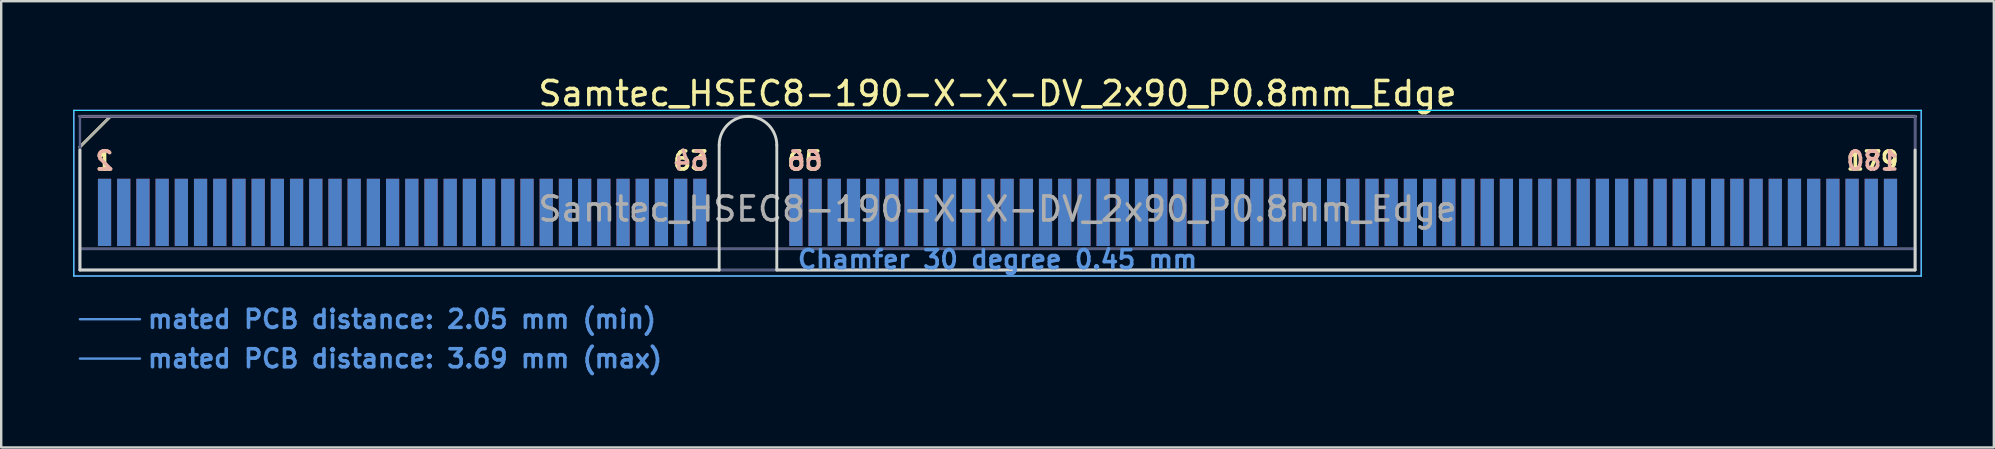
<source format=kicad_pcb>
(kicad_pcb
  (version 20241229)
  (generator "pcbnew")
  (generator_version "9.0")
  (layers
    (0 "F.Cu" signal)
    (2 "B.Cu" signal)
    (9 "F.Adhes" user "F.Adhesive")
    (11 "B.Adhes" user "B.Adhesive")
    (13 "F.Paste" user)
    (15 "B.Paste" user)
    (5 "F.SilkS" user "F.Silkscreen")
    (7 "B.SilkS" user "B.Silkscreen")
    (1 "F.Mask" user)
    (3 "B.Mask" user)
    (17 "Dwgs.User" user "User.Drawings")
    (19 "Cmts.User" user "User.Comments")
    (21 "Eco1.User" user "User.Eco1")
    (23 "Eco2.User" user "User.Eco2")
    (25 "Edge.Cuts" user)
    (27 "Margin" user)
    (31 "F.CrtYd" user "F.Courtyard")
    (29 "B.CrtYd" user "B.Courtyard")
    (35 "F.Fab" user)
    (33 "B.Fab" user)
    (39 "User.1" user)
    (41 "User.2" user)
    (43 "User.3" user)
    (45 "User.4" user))
  (footprint "Samtec_HSEC8-190-X-X-DV_2x90_P0.8mm_Edge"
    (layer "F.Cu")
    (at 38.505 8.198)
    (property "Reference" "Samtec_HSEC8-190-X-X-DV_2x90_P0.8mm_Edge" (at 0 -7.35 0) (layer "F.SilkS") (effects (font (size 1 1) (thickness 0.15))))
    (attr exclude_from_pos_files exclude_from_bom)
    (fp_line (start -38.225 -5.13) (end -36.955 -6.4) (stroke (width 0.12) (type solid)) (layer "F.SilkS"))
    (fp_line (start -36.955 -6.4) (end 38.225 -6.4) (stroke (width 0.12) (type solid)) (layer "F.SilkS"))
    (fp_line (start -38.225 -6.4) (end -38.225 -6.4) (stroke (width 0.12) (type solid)) (layer "B.SilkS"))
    (fp_line (start -38.225 -6.4) (end 38.225 -6.4) (stroke (width 0.12) (type solid)) (layer "B.SilkS"))
    (fp_line (start -38.225 2.05) (end -35.725 2.05) (stroke (width 0.1) (type solid)) (layer "Cmts.User"))
    (fp_line (start -38.225 3.69) (end -35.725 3.69) (stroke (width 0.1) (type solid)) (layer "Cmts.User"))
    (fp_line (start -38.225 -5) (end -38.225 0) (stroke (width 0.12) (type solid)) (layer "Edge.Cuts"))
    (fp_line (start -38.225 0) (end -11.595 0) (stroke (width 0.12) (type solid)) (layer "Edge.Cuts"))
    (fp_line (start -11.595 0) (end -11.595 -5.2) (stroke (width 0.12) (type solid)) (layer "Edge.Cuts"))
    (fp_line (start -9.195 -5.2) (end -9.195 0) (stroke (width 0.12) (type solid)) (layer "Edge.Cuts"))
    (fp_line (start -9.195 0) (end 38.225 0) (stroke (width 0.12) (type solid)) (layer "Edge.Cuts"))
    (fp_line (start 38.225 0) (end 38.225 -5) (stroke (width 0.12) (type solid)) (layer "Edge.Cuts"))
    (fp_arc (start -11.595 -5.2) (mid -10.395 -6.4) (end -9.195 -5.2) (stroke (width 0.12) (type solid)) (layer "Edge.Cuts"))
    (fp_line (start -38.48 -6.65) (end -38.48 0.25) (stroke (width 0.05) (type solid)) (layer "B.CrtYd"))
    (fp_line (start -38.48 0.25) (end 38.48 0.25) (stroke (width 0.05) (type solid)) (layer "B.CrtYd"))
    (fp_line (start 38.48 -6.65) (end -38.48 -6.65) (stroke (width 0.05) (type solid)) (layer "B.CrtYd"))
    (fp_line (start 38.48 0.25) (end 38.48 -6.65) (stroke (width 0.05) (type solid)) (layer "B.CrtYd"))
    (fp_line (start -38.48 -6.65) (end -38.48 0.25) (stroke (width 0.05) (type solid)) (layer "F.CrtYd"))
    (fp_line (start -38.48 0.25) (end 38.48 0.25) (stroke (width 0.05) (type solid)) (layer "F.CrtYd"))
    (fp_line (start 38.48 -6.65) (end -38.48 -6.65) (stroke (width 0.05) (type solid)) (layer "F.CrtYd"))
    (fp_line (start 38.48 0.25) (end 38.48 -6.65) (stroke (width 0.05) (type solid)) (layer "F.CrtYd"))
    (fp_line (start -38.225 -6.4) (end -38.225 -6.4) (stroke (width 0.1) (type solid)) (layer "B.Fab"))
    (fp_line (start -38.225 -6.4) (end -38.225 0) (stroke (width 0.1) (type solid)) (layer "B.Fab"))
    (fp_line (start -38.225 -6.4) (end 38.225 -6.4) (stroke (width 0.1) (type solid)) (layer "B.Fab"))
    (fp_line (start -38.225 -0.88) (end 38.225 -0.88) (stroke (width 0.1) (type solid)) (layer "B.Fab"))
    (fp_line (start -38.225 0) (end 38.225 0) (stroke (width 0.1) (type solid)) (layer "B.Fab"))
    (fp_line (start 38.225 -6.4) (end 38.225 0) (stroke (width 0.1) (type solid)) (layer "B.Fab"))
    (fp_line (start -38.225 -5.13) (end -38.225 0) (stroke (width 0.1) (type solid)) (layer "F.Fab"))
    (fp_line (start -38.225 -5.13) (end -36.955 -6.4) (stroke (width 0.1) (type solid)) (layer "F.Fab"))
    (fp_line (start -38.225 -0.88) (end 38.225 -0.88) (stroke (width 0.1) (type solid)) (layer "F.Fab"))
    (fp_line (start -38.225 0) (end 38.225 0) (stroke (width 0.1) (type solid)) (layer "F.Fab"))
    (fp_line (start -36.955 -6.4) (end 38.225 -6.4) (stroke (width 0.1) (type solid)) (layer "F.Fab"))
    (fp_line (start 38.225 -6.4) (end 38.225 0) (stroke (width 0.1) (type solid)) (layer "F.Fab"))
    (fp_text user "63" (at -12.775 -4.55 0) (layer "F.SilkS") (effects (font (size 0.75 0.75) (thickness 0.15))))
    (fp_text user "179" (at 36.45 -4.55 0) (layer "F.SilkS") (effects (font (size 0.75 0.75) (thickness 0.15))))
    (fp_text user "1" (at -37.2 -4.55 0) (layer "F.SilkS") (effects (font (size 0.75 0.75) (thickness 0.15))))
    (fp_text user "65" (at -8.025 -4.55 0) (layer "F.SilkS") (effects (font (size 0.75 0.75) (thickness 0.15))))
    (fp_text user "64" (at -12.775 -4.55 0) (layer "B.SilkS") (effects (font (size 0.75 0.75) (thickness 0.15)) (justify mirror)))
    (fp_text user "66" (at -8.025 -4.55 0) (layer "B.SilkS") (effects (font (size 0.75 0.75) (thickness 0.15)) (justify mirror)))
    (fp_text user "2" (at -37.2 -4.55 0) (layer "B.SilkS") (effects (font (size 0.75 0.75) (thickness 0.15)) (justify mirror)))
    (fp_text user "180" (at 36.45 -4.55 0) (layer "B.SilkS") (effects (font (size 0.75 0.75) (thickness 0.15)) (justify mirror)))
    (fp_text user "mated PCB distance: 2.05 mm (min)" (at -35.48 2.05 0) (layer "Cmts.User") (effects (font (size 0.75 0.75) (thickness 0.15)) (justify left)))
    (fp_text user "mated PCB distance: 3.69 mm (max)" (at -35.48 3.69 0) (layer "Cmts.User") (effects (font (size 0.75 0.75) (thickness 0.15)) (justify left)))
    (fp_text user "Chamfer 30 degree 0.45 mm" (at 0 -0.44 0) (layer "Cmts.User") (effects (font (size 0.75 0.75) (thickness 0.15))))
    (fp_text user "${REFERENCE}" (at 0 -2.54 0) (layer "F.Fab") (effects (font (size 1 1) (thickness 0.15))))
    (pad "1" connect rect (at -37.2 -2.4) (size 0.55 2.8) (layers "F.Cu" "F.Mask"))
    (pad "2" connect rect (at -37.2 -2.4) (size 0.55 2.8) (layers "B.Cu" "B.Mask"))
    (pad "3" connect rect (at -36.4 -2.4) (size 0.55 2.8) (layers "F.Cu" "F.Mask"))
    (pad "4" connect rect (at -36.4 -2.4) (size 0.55 2.8) (layers "B.Cu" "B.Mask"))
    (pad "5" connect rect (at -35.6 -2.4) (size 0.55 2.8) (layers "F.Cu" "F.Mask"))
    (pad "6" connect rect (at -35.6 -2.4) (size 0.55 2.8) (layers "B.Cu" "B.Mask"))
    (pad "7" connect rect (at -34.8 -2.4) (size 0.55 2.8) (layers "F.Cu" "F.Mask"))
    (pad "8" connect rect (at -34.8 -2.4) (size 0.55 2.8) (layers "B.Cu" "B.Mask"))
    (pad "9" connect rect (at -34 -2.4) (size 0.55 2.8) (layers "F.Cu" "F.Mask"))
    (pad "10" connect rect (at -34 -2.4) (size 0.55 2.8) (layers "B.Cu" "B.Mask"))
    (pad "11" connect rect (at -33.2 -2.4) (size 0.55 2.8) (layers "F.Cu" "F.Mask"))
    (pad "12" connect rect (at -33.2 -2.4) (size 0.55 2.8) (layers "B.Cu" "B.Mask"))
    (pad "13" connect rect (at -32.4 -2.4) (size 0.55 2.8) (layers "F.Cu" "F.Mask"))
    (pad "14" connect rect (at -32.4 -2.4) (size 0.55 2.8) (layers "B.Cu" "B.Mask"))
    (pad "15" connect rect (at -31.6 -2.4) (size 0.55 2.8) (layers "F.Cu" "F.Mask"))
    (pad "16" connect rect (at -31.6 -2.4) (size 0.55 2.8) (layers "B.Cu" "B.Mask"))
    (pad "17" connect rect (at -30.8 -2.4) (size 0.55 2.8) (layers "F.Cu" "F.Mask"))
    (pad "18" connect rect (at -30.8 -2.4) (size 0.55 2.8) (layers "B.Cu" "B.Mask"))
    (pad "19" connect rect (at -30 -2.4) (size 0.55 2.8) (layers "F.Cu" "F.Mask"))
    (pad "20" connect rect (at -30 -2.4) (size 0.55 2.8) (layers "B.Cu" "B.Mask"))
    (pad "21" connect rect (at -29.2 -2.4) (size 0.55 2.8) (layers "F.Cu" "F.Mask"))
    (pad "22" connect rect (at -29.2 -2.4) (size 0.55 2.8) (layers "B.Cu" "B.Mask"))
    (pad "23" connect rect (at -28.4 -2.4) (size 0.55 2.8) (layers "F.Cu" "F.Mask"))
    (pad "24" connect rect (at -28.4 -2.4) (size 0.55 2.8) (layers "B.Cu" "B.Mask"))
    (pad "25" connect rect (at -27.6 -2.4) (size 0.55 2.8) (layers "F.Cu" "F.Mask"))
    (pad "26" connect rect (at -27.6 -2.4) (size 0.55 2.8) (layers "B.Cu" "B.Mask"))
    (pad "27" connect rect (at -26.8 -2.4) (size 0.55 2.8) (layers "F.Cu" "F.Mask"))
    (pad "28" connect rect (at -26.8 -2.4) (size 0.55 2.8) (layers "B.Cu" "B.Mask"))
    (pad "29" connect rect (at -26 -2.4) (size 0.55 2.8) (layers "F.Cu" "F.Mask"))
    (pad "30" connect rect (at -26 -2.4) (size 0.55 2.8) (layers "B.Cu" "B.Mask"))
    (pad "31" connect rect (at -25.2 -2.4) (size 0.55 2.8) (layers "F.Cu" "F.Mask"))
    (pad "32" connect rect (at -25.2 -2.4) (size 0.55 2.8) (layers "B.Cu" "B.Mask"))
    (pad "33" connect rect (at -24.4 -2.4) (size 0.55 2.8) (layers "F.Cu" "F.Mask"))
    (pad "34" connect rect (at -24.4 -2.4) (size 0.55 2.8) (layers "B.Cu" "B.Mask"))
    (pad "35" connect rect (at -23.6 -2.4) (size 0.55 2.8) (layers "F.Cu" "F.Mask"))
    (pad "36" connect rect (at -23.6 -2.4) (size 0.55 2.8) (layers "B.Cu" "B.Mask"))
    (pad "37" connect rect (at -22.8 -2.4) (size 0.55 2.8) (layers "F.Cu" "F.Mask"))
    (pad "38" connect rect (at -22.8 -2.4) (size 0.55 2.8) (layers "B.Cu" "B.Mask"))
    (pad "39" connect rect (at -22 -2.4) (size 0.55 2.8) (layers "F.Cu" "F.Mask"))
    (pad "40" connect rect (at -22 -2.4) (size 0.55 2.8) (layers "B.Cu" "B.Mask"))
    (pad "41" connect rect (at -21.2 -2.4) (size 0.55 2.8) (layers "F.Cu" "F.Mask"))
    (pad "42" connect rect (at -21.2 -2.4) (size 0.55 2.8) (layers "B.Cu" "B.Mask"))
    (pad "43" connect rect (at -20.4 -2.4) (size 0.55 2.8) (layers "F.Cu" "F.Mask"))
    (pad "44" connect rect (at -20.4 -2.4) (size 0.55 2.8) (layers "B.Cu" "B.Mask"))
    (pad "45" connect rect (at -19.6 -2.4) (size 0.55 2.8) (layers "F.Cu" "F.Mask"))
    (pad "46" connect rect (at -19.6 -2.4) (size 0.55 2.8) (layers "B.Cu" "B.Mask"))
    (pad "47" connect rect (at -18.8 -2.4) (size 0.55 2.8) (layers "F.Cu" "F.Mask"))
    (pad "48" connect rect (at -18.8 -2.4) (size 0.55 2.8) (layers "B.Cu" "B.Mask"))
    (pad "49" connect rect (at -18 -2.4) (size 0.55 2.8) (layers "F.Cu" "F.Mask"))
    (pad "50" connect rect (at -18 -2.4) (size 0.55 2.8) (layers "B.Cu" "B.Mask"))
    (pad "51" connect rect (at -17.2 -2.4) (size 0.55 2.8) (layers "F.Cu" "F.Mask"))
    (pad "52" connect rect (at -17.2 -2.4) (size 0.55 2.8) (layers "B.Cu" "B.Mask"))
    (pad "53" connect rect (at -16.4 -2.4) (size 0.55 2.8) (layers "F.Cu" "F.Mask"))
    (pad "54" connect rect (at -16.4 -2.4) (size 0.55 2.8) (layers "B.Cu" "B.Mask"))
    (pad "55" connect rect (at -15.6 -2.4) (size 0.55 2.8) (layers "F.Cu" "F.Mask"))
    (pad "56" connect rect (at -15.6 -2.4) (size 0.55 2.8) (layers "B.Cu" "B.Mask"))
    (pad "57" connect rect (at -14.8 -2.4) (size 0.55 2.8) (layers "F.Cu" "F.Mask"))
    (pad "58" connect rect (at -14.8 -2.4) (size 0.55 2.8) (layers "B.Cu" "B.Mask"))
    (pad "59" connect rect (at -14 -2.4) (size 0.55 2.8) (layers "F.Cu" "F.Mask"))
    (pad "60" connect rect (at -14 -2.4) (size 0.55 2.8) (layers "B.Cu" "B.Mask"))
    (pad "61" connect rect (at -13.2 -2.4) (size 0.55 2.8) (layers "F.Cu" "F.Mask"))
    (pad "62" connect rect (at -13.2 -2.4) (size 0.55 2.8) (layers "B.Cu" "B.Mask"))
    (pad "63" connect rect (at -12.4 -2.4) (size 0.55 2.8) (layers "F.Cu" "F.Mask"))
    (pad "64" connect rect (at -12.4 -2.4) (size 0.55 2.8) (layers "B.Cu" "B.Mask"))
    (pad "65" connect rect (at -8.4 -2.4) (size 0.55 2.8) (layers "F.Cu" "F.Mask"))
    (pad "66" connect rect (at -8.4 -2.4) (size 0.55 2.8) (layers "B.Cu" "B.Mask"))
    (pad "67" connect rect (at -7.6 -2.4) (size 0.55 2.8) (layers "F.Cu" "F.Mask"))
    (pad "68" connect rect (at -7.6 -2.4) (size 0.55 2.8) (layers "B.Cu" "B.Mask"))
    (pad "69" connect rect (at -6.8 -2.4) (size 0.55 2.8) (layers "F.Cu" "F.Mask"))
    (pad "70" connect rect (at -6.8 -2.4) (size 0.55 2.8) (layers "B.Cu" "B.Mask"))
    (pad "71" connect rect (at -6 -2.4) (size 0.55 2.8) (layers "F.Cu" "F.Mask"))
    (pad "72" connect rect (at -6 -2.4) (size 0.55 2.8) (layers "B.Cu" "B.Mask"))
    (pad "73" connect rect (at -5.2 -2.4) (size 0.55 2.8) (layers "F.Cu" "F.Mask"))
    (pad "74" connect rect (at -5.2 -2.4) (size 0.55 2.8) (layers "B.Cu" "B.Mask"))
    (pad "75" connect rect (at -4.4 -2.4) (size 0.55 2.8) (layers "F.Cu" "F.Mask"))
    (pad "76" connect rect (at -4.4 -2.4) (size 0.55 2.8) (layers "B.Cu" "B.Mask"))
    (pad "77" connect rect (at -3.6 -2.4) (size 0.55 2.8) (layers "F.Cu" "F.Mask"))
    (pad "78" connect rect (at -3.6 -2.4) (size 0.55 2.8) (layers "B.Cu" "B.Mask"))
    (pad "79" connect rect (at -2.8 -2.4) (size 0.55 2.8) (layers "F.Cu" "F.Mask"))
    (pad "80" connect rect (at -2.8 -2.4) (size 0.55 2.8) (layers "B.Cu" "B.Mask"))
    (pad "81" connect rect (at -2 -2.4) (size 0.55 2.8) (layers "F.Cu" "F.Mask"))
    (pad "82" connect rect (at -2 -2.4) (size 0.55 2.8) (layers "B.Cu" "B.Mask"))
    (pad "83" connect rect (at -1.2 -2.4) (size 0.55 2.8) (layers "F.Cu" "F.Mask"))
    (pad "84" connect rect (at -1.2 -2.4) (size 0.55 2.8) (layers "B.Cu" "B.Mask"))
    (pad "85" connect rect (at -0.4 -2.4) (size 0.55 2.8) (layers "F.Cu" "F.Mask"))
    (pad "86" connect rect (at -0.4 -2.4) (size 0.55 2.8) (layers "B.Cu" "B.Mask"))
    (pad "87" connect rect (at 0.4 -2.4) (size 0.55 2.8) (layers "F.Cu" "F.Mask"))
    (pad "88" connect rect (at 0.4 -2.4) (size 0.55 2.8) (layers "B.Cu" "B.Mask"))
    (pad "89" connect rect (at 1.2 -2.4) (size 0.55 2.8) (layers "F.Cu" "F.Mask"))
    (pad "90" connect rect (at 1.2 -2.4) (size 0.55 2.8) (layers "B.Cu" "B.Mask"))
    (pad "91" connect rect (at 2 -2.4) (size 0.55 2.8) (layers "F.Cu" "F.Mask"))
    (pad "92" connect rect (at 2 -2.4) (size 0.55 2.8) (layers "B.Cu" "B.Mask"))
    (pad "93" connect rect (at 2.8 -2.4) (size 0.55 2.8) (layers "F.Cu" "F.Mask"))
    (pad "94" connect rect (at 2.8 -2.4) (size 0.55 2.8) (layers "B.Cu" "B.Mask"))
    (pad "95" connect rect (at 3.6 -2.4) (size 0.55 2.8) (layers "F.Cu" "F.Mask"))
    (pad "96" connect rect (at 3.6 -2.4) (size 0.55 2.8) (layers "B.Cu" "B.Mask"))
    (pad "97" connect rect (at 4.4 -2.4) (size 0.55 2.8) (layers "F.Cu" "F.Mask"))
    (pad "98" connect rect (at 4.4 -2.4) (size 0.55 2.8) (layers "B.Cu" "B.Mask"))
    (pad "99" connect rect (at 5.2 -2.4) (size 0.55 2.8) (layers "F.Cu" "F.Mask"))
    (pad "100" connect rect (at 5.2 -2.4) (size 0.55 2.8) (layers "B.Cu" "B.Mask"))
    (pad "101" connect rect (at 6 -2.4) (size 0.55 2.8) (layers "F.Cu" "F.Mask"))
    (pad "102" connect rect (at 6 -2.4) (size 0.55 2.8) (layers "B.Cu" "B.Mask"))
    (pad "103" connect rect (at 6.8 -2.4) (size 0.55 2.8) (layers "F.Cu" "F.Mask"))
    (pad "104" connect rect (at 6.8 -2.4) (size 0.55 2.8) (layers "B.Cu" "B.Mask"))
    (pad "105" connect rect (at 7.6 -2.4) (size 0.55 2.8) (layers "F.Cu" "F.Mask"))
    (pad "106" connect rect (at 7.6 -2.4) (size 0.55 2.8) (layers "B.Cu" "B.Mask"))
    (pad "107" connect rect (at 8.4 -2.4) (size 0.55 2.8) (layers "F.Cu" "F.Mask"))
    (pad "108" connect rect (at 8.4 -2.4) (size 0.55 2.8) (layers "B.Cu" "B.Mask"))
    (pad "109" connect rect (at 9.2 -2.4) (size 0.55 2.8) (layers "F.Cu" "F.Mask"))
    (pad "110" connect rect (at 9.2 -2.4) (size 0.55 2.8) (layers "B.Cu" "B.Mask"))
    (pad "111" connect rect (at 10 -2.4) (size 0.55 2.8) (layers "F.Cu" "F.Mask"))
    (pad "112" connect rect (at 10 -2.4) (size 0.55 2.8) (layers "B.Cu" "B.Mask"))
    (pad "113" connect rect (at 10.8 -2.4) (size 0.55 2.8) (layers "F.Cu" "F.Mask"))
    (pad "114" connect rect (at 10.8 -2.4) (size 0.55 2.8) (layers "B.Cu" "B.Mask"))
    (pad "115" connect rect (at 11.6 -2.4) (size 0.55 2.8) (layers "F.Cu" "F.Mask"))
    (pad "116" connect rect (at 11.6 -2.4) (size 0.55 2.8) (layers "B.Cu" "B.Mask"))
    (pad "117" connect rect (at 12.4 -2.4) (size 0.55 2.8) (layers "F.Cu" "F.Mask"))
    (pad "118" connect rect (at 12.4 -2.4) (size 0.55 2.8) (layers "B.Cu" "B.Mask"))
    (pad "119" connect rect (at 13.2 -2.4) (size 0.55 2.8) (layers "F.Cu" "F.Mask"))
    (pad "120" connect rect (at 13.2 -2.4) (size 0.55 2.8) (layers "B.Cu" "B.Mask"))
    (pad "121" connect rect (at 14 -2.4) (size 0.55 2.8) (layers "F.Cu" "F.Mask"))
    (pad "122" connect rect (at 14 -2.4) (size 0.55 2.8) (layers "B.Cu" "B.Mask"))
    (pad "123" connect rect (at 14.8 -2.4) (size 0.55 2.8) (layers "F.Cu" "F.Mask"))
    (pad "124" connect rect (at 14.8 -2.4) (size 0.55 2.8) (layers "B.Cu" "B.Mask"))
    (pad "125" connect rect (at 15.6 -2.4) (size 0.55 2.8) (layers "F.Cu" "F.Mask"))
    (pad "126" connect rect (at 15.6 -2.4) (size 0.55 2.8) (layers "B.Cu" "B.Mask"))
    (pad "127" connect rect (at 16.4 -2.4) (size 0.55 2.8) (layers "F.Cu" "F.Mask"))
    (pad "128" connect rect (at 16.4 -2.4) (size 0.55 2.8) (layers "B.Cu" "B.Mask"))
    (pad "129" connect rect (at 17.2 -2.4) (size 0.55 2.8) (layers "F.Cu" "F.Mask"))
    (pad "130" connect rect (at 17.2 -2.4) (size 0.55 2.8) (layers "B.Cu" "B.Mask"))
    (pad "131" connect rect (at 18 -2.4) (size 0.55 2.8) (layers "F.Cu" "F.Mask"))
    (pad "132" connect rect (at 18 -2.4) (size 0.55 2.8) (layers "B.Cu" "B.Mask"))
    (pad "133" connect rect (at 18.8 -2.4) (size 0.55 2.8) (layers "F.Cu" "F.Mask"))
    (pad "134" connect rect (at 18.8 -2.4) (size 0.55 2.8) (layers "B.Cu" "B.Mask"))
    (pad "135" connect rect (at 19.6 -2.4) (size 0.55 2.8) (layers "F.Cu" "F.Mask"))
    (pad "136" connect rect (at 19.6 -2.4) (size 0.55 2.8) (layers "B.Cu" "B.Mask"))
    (pad "137" connect rect (at 20.4 -2.4) (size 0.55 2.8) (layers "F.Cu" "F.Mask"))
    (pad "138" connect rect (at 20.4 -2.4) (size 0.55 2.8) (layers "B.Cu" "B.Mask"))
    (pad "139" connect rect (at 21.2 -2.4) (size 0.55 2.8) (layers "F.Cu" "F.Mask"))
    (pad "140" connect rect (at 21.2 -2.4) (size 0.55 2.8) (layers "B.Cu" "B.Mask"))
    (pad "141" connect rect (at 22 -2.4) (size 0.55 2.8) (layers "F.Cu" "F.Mask"))
    (pad "142" connect rect (at 22 -2.4) (size 0.55 2.8) (layers "B.Cu" "B.Mask"))
    (pad "143" connect rect (at 22.8 -2.4) (size 0.55 2.8) (layers "F.Cu" "F.Mask"))
    (pad "144" connect rect (at 22.8 -2.4) (size 0.55 2.8) (layers "B.Cu" "B.Mask"))
    (pad "145" connect rect (at 23.6 -2.4) (size 0.55 2.8) (layers "F.Cu" "F.Mask"))
    (pad "146" connect rect (at 23.6 -2.4) (size 0.55 2.8) (layers "B.Cu" "B.Mask"))
    (pad "147" connect rect (at 24.4 -2.4) (size 0.55 2.8) (layers "F.Cu" "F.Mask"))
    (pad "148" connect rect (at 24.4 -2.4) (size 0.55 2.8) (layers "B.Cu" "B.Mask"))
    (pad "149" connect rect (at 25.2 -2.4) (size 0.55 2.8) (layers "F.Cu" "F.Mask"))
    (pad "150" connect rect (at 25.2 -2.4) (size 0.55 2.8) (layers "B.Cu" "B.Mask"))
    (pad "151" connect rect (at 26 -2.4) (size 0.55 2.8) (layers "F.Cu" "F.Mask"))
    (pad "152" connect rect (at 26 -2.4) (size 0.55 2.8) (layers "B.Cu" "B.Mask"))
    (pad "153" connect rect (at 26.8 -2.4) (size 0.55 2.8) (layers "F.Cu" "F.Mask"))
    (pad "154" connect rect (at 26.8 -2.4) (size 0.55 2.8) (layers "B.Cu" "B.Mask"))
    (pad "155" connect rect (at 27.6 -2.4) (size 0.55 2.8) (layers "F.Cu" "F.Mask"))
    (pad "156" connect rect (at 27.6 -2.4) (size 0.55 2.8) (layers "B.Cu" "B.Mask"))
    (pad "157" connect rect (at 28.4 -2.4) (size 0.55 2.8) (layers "F.Cu" "F.Mask"))
    (pad "158" connect rect (at 28.4 -2.4) (size 0.55 2.8) (layers "B.Cu" "B.Mask"))
    (pad "159" connect rect (at 29.2 -2.4) (size 0.55 2.8) (layers "F.Cu" "F.Mask"))
    (pad "160" connect rect (at 29.2 -2.4) (size 0.55 2.8) (layers "B.Cu" "B.Mask"))
    (pad "161" connect rect (at 30 -2.4) (size 0.55 2.8) (layers "F.Cu" "F.Mask"))
    (pad "162" connect rect (at 30 -2.4) (size 0.55 2.8) (layers "B.Cu" "B.Mask"))
    (pad "163" connect rect (at 30.8 -2.4) (size 0.55 2.8) (layers "F.Cu" "F.Mask"))
    (pad "164" connect rect (at 30.8 -2.4) (size 0.55 2.8) (layers "B.Cu" "B.Mask"))
    (pad "165" connect rect (at 31.6 -2.4) (size 0.55 2.8) (layers "F.Cu" "F.Mask"))
    (pad "166" connect rect (at 31.6 -2.4) (size 0.55 2.8) (layers "B.Cu" "B.Mask"))
    (pad "167" connect rect (at 32.4 -2.4) (size 0.55 2.8) (layers "F.Cu" "F.Mask"))
    (pad "168" connect rect (at 32.4 -2.4) (size 0.55 2.8) (layers "B.Cu" "B.Mask"))
    (pad "169" connect rect (at 33.2 -2.4) (size 0.55 2.8) (layers "F.Cu" "F.Mask"))
    (pad "170" connect rect (at 33.2 -2.4) (size 0.55 2.8) (layers "B.Cu" "B.Mask"))
    (pad "171" connect rect (at 34 -2.4) (size 0.55 2.8) (layers "F.Cu" "F.Mask"))
    (pad "172" connect rect (at 34 -2.4) (size 0.55 2.8) (layers "B.Cu" "B.Mask"))
    (pad "173" connect rect (at 34.8 -2.4) (size 0.55 2.8) (layers "F.Cu" "F.Mask"))
    (pad "174" connect rect (at 34.8 -2.4) (size 0.55 2.8) (layers "B.Cu" "B.Mask"))
    (pad "175" connect rect (at 35.6 -2.4) (size 0.55 2.8) (layers "F.Cu" "F.Mask"))
    (pad "176" connect rect (at 35.6 -2.4) (size 0.55 2.8) (layers "B.Cu" "B.Mask"))
    (pad "177" connect rect (at 36.4 -2.4) (size 0.55 2.8) (layers "F.Cu" "F.Mask"))
    (pad "178" connect rect (at 36.4 -2.4) (size 0.55 2.8) (layers "B.Cu" "B.Mask"))
    (pad "179" connect rect (at 37.2 -2.4) (size 0.55 2.8) (layers "F.Cu" "F.Mask"))
    (pad "180" connect rect (at 37.2 -2.4) (size 0.55 2.8) (layers "B.Cu" "B.Mask")))
  (gr_rect
    (start -3 -3)
    (end 80.01 15.59)
    (stroke (width 0.1) (type default))
    (fill no)
    (layer "Edge.Cuts")))
</source>
